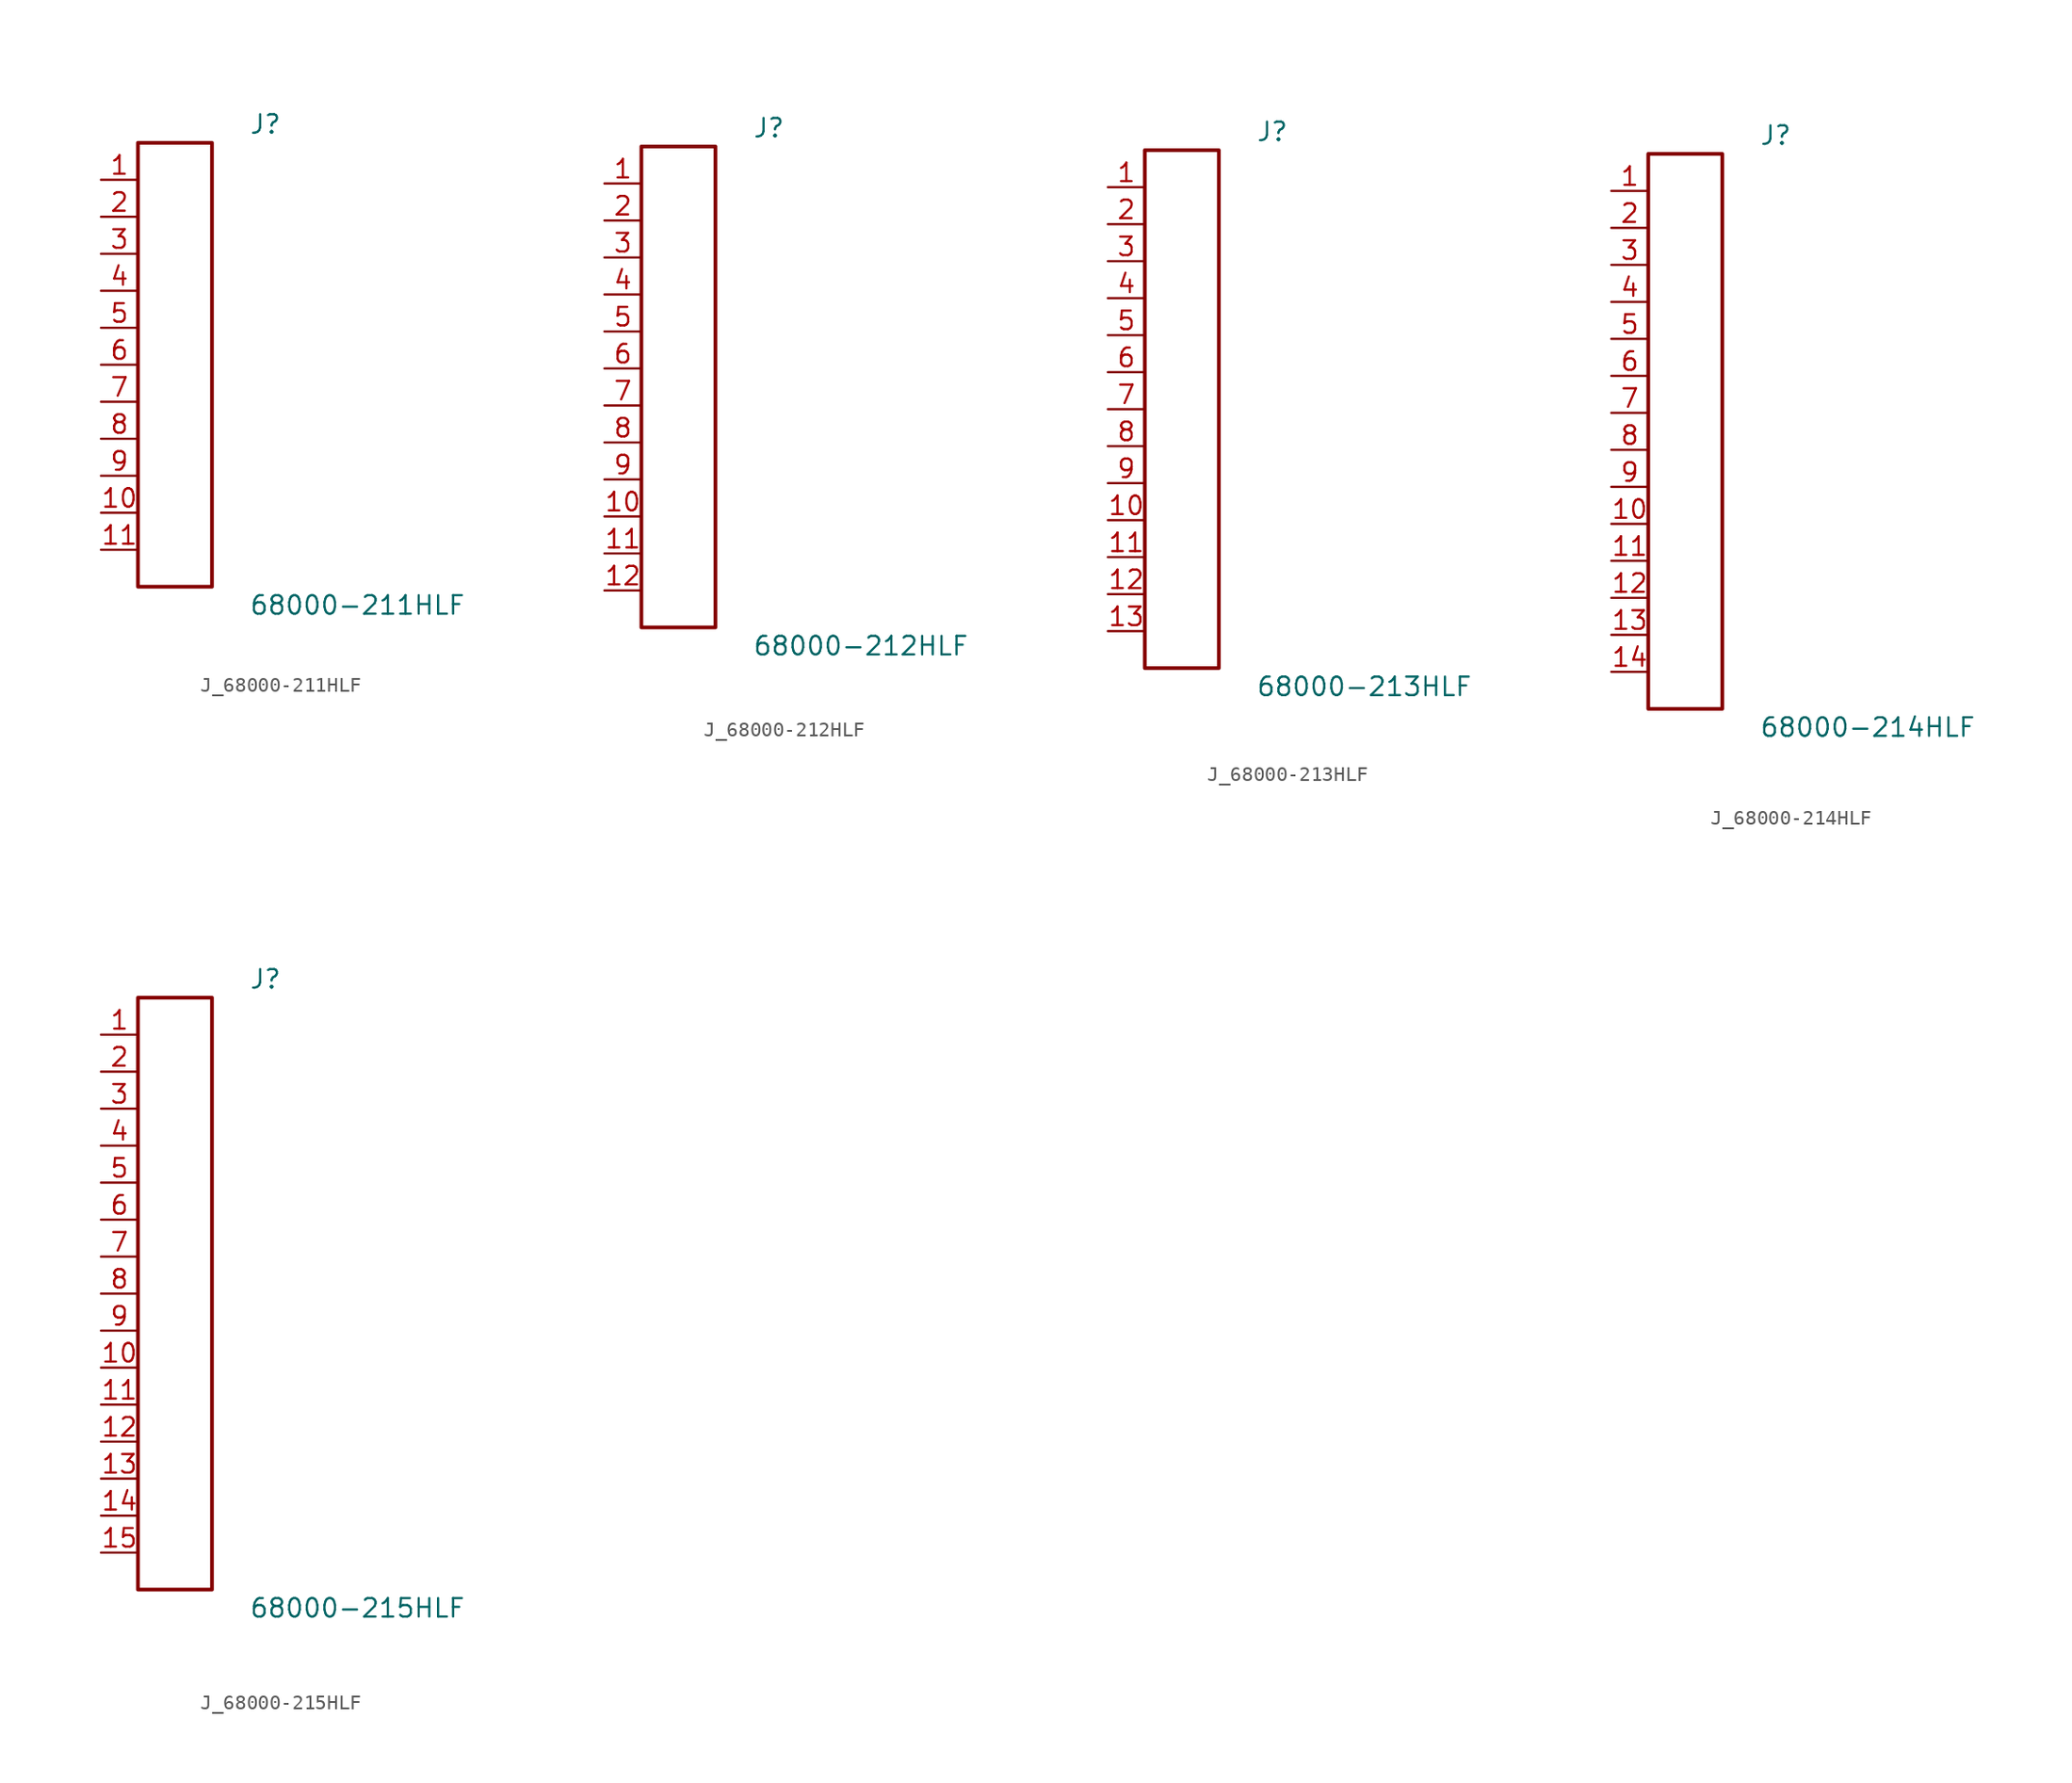
<source format=kicad_sym>
(kicad_symbol_lib
  (version 20231120)
  (generator kicad_symbol_editor)
  (generator_version 8.0)
  (symbol "J_68000-211HLF"
    (pin_names
      (offset 0.254))
    (property "Reference" "J"
      (at 5.08 16.51 0)
      (effects (font (size 1.27 1.27)) (justify left)))
    (property "Value" "68000-211HLF"
      (at 5.08 -16.51 0)
      (effects (font (size 1.27 1.27)) (justify left)))
    (symbol "J_68000-211HLF_0_0"
      (pin unspecified line (at -5.08 12.7 0) (length 2.54) (name "" (effects (font (size 1.27 1.27)))) (number "1" (effects (font (size 1.27 1.27)))))
      (pin unspecified line (at -5.08 10.16 0) (length 2.54) (name "" (effects (font (size 1.27 1.27)))) (number "2" (effects (font (size 1.27 1.27)))))
      (pin unspecified line (at -5.08 7.62 0) (length 2.54) (name "" (effects (font (size 1.27 1.27)))) (number "3" (effects (font (size 1.27 1.27)))))
      (pin unspecified line (at -5.08 5.08 0) (length 2.54) (name "" (effects (font (size 1.27 1.27)))) (number "4" (effects (font (size 1.27 1.27)))))
      (pin unspecified line (at -5.08 2.54 0) (length 2.54) (name "" (effects (font (size 1.27 1.27)))) (number "5" (effects (font (size 1.27 1.27)))))
      (pin unspecified line (at -5.08 0.0 0) (length 2.54) (name "" (effects (font (size 1.27 1.27)))) (number "6" (effects (font (size 1.27 1.27)))))
      (pin unspecified line (at -5.08 -2.54 0) (length 2.54) (name "" (effects (font (size 1.27 1.27)))) (number "7" (effects (font (size 1.27 1.27)))))
      (pin unspecified line (at -5.08 -5.08 0) (length 2.54) (name "" (effects (font (size 1.27 1.27)))) (number "8" (effects (font (size 1.27 1.27)))))
      (pin unspecified line (at -5.08 -7.62 0) (length 2.54) (name "" (effects (font (size 1.27 1.27)))) (number "9" (effects (font (size 1.27 1.27)))))
      (pin unspecified line (at -5.08 -10.16 0) (length 2.54) (name "" (effects (font (size 1.27 1.27)))) (number "10" (effects (font (size 1.27 1.27)))))
      (pin unspecified line (at -5.08 -12.7 0) (length 2.54) (name "" (effects (font (size 1.27 1.27)))) (number "11" (effects (font (size 1.27 1.27))))))
    (symbol "J_68000-211HLF_1_0"
      (rectangle (start -2.54 15.24) (end 2.54 -15.24) (stroke (width 0.254) (type solid)) (fill (type none)))))
  (symbol "J_68000-212HLF"
    (pin_names
      (offset 0.254))
    (property "Reference" "J"
      (at 5.08 17.78 0)
      (effects (font (size 1.27 1.27)) (justify left)))
    (property "Value" "68000-212HLF"
      (at 5.08 -17.78 0)
      (effects (font (size 1.27 1.27)) (justify left)))
    (symbol "J_68000-212HLF_0_0"
      (pin unspecified line (at -5.08 13.97 0) (length 2.54) (name "" (effects (font (size 1.27 1.27)))) (number "1" (effects (font (size 1.27 1.27)))))
      (pin unspecified line (at -5.08 11.43 0) (length 2.54) (name "" (effects (font (size 1.27 1.27)))) (number "2" (effects (font (size 1.27 1.27)))))
      (pin unspecified line (at -5.08 8.89 0) (length 2.54) (name "" (effects (font (size 1.27 1.27)))) (number "3" (effects (font (size 1.27 1.27)))))
      (pin unspecified line (at -5.08 6.35 0) (length 2.54) (name "" (effects (font (size 1.27 1.27)))) (number "4" (effects (font (size 1.27 1.27)))))
      (pin unspecified line (at -5.08 3.81 0) (length 2.54) (name "" (effects (font (size 1.27 1.27)))) (number "5" (effects (font (size 1.27 1.27)))))
      (pin unspecified line (at -5.08 1.27 0) (length 2.54) (name "" (effects (font (size 1.27 1.27)))) (number "6" (effects (font (size 1.27 1.27)))))
      (pin unspecified line (at -5.08 -1.27 0) (length 2.54) (name "" (effects (font (size 1.27 1.27)))) (number "7" (effects (font (size 1.27 1.27)))))
      (pin unspecified line (at -5.08 -3.81 0) (length 2.54) (name "" (effects (font (size 1.27 1.27)))) (number "8" (effects (font (size 1.27 1.27)))))
      (pin unspecified line (at -5.08 -6.35 0) (length 2.54) (name "" (effects (font (size 1.27 1.27)))) (number "9" (effects (font (size 1.27 1.27)))))
      (pin unspecified line (at -5.08 -8.89 0) (length 2.54) (name "" (effects (font (size 1.27 1.27)))) (number "10" (effects (font (size 1.27 1.27)))))
      (pin unspecified line (at -5.08 -11.43 0) (length 2.54) (name "" (effects (font (size 1.27 1.27)))) (number "11" (effects (font (size 1.27 1.27)))))
      (pin unspecified line (at -5.08 -13.97 0) (length 2.54) (name "" (effects (font (size 1.27 1.27)))) (number "12" (effects (font (size 1.27 1.27))))))
    (symbol "J_68000-212HLF_1_0"
      (rectangle (start -2.54 16.51) (end 2.54 -16.51) (stroke (width 0.254) (type solid)) (fill (type none)))))
  (symbol "J_68000-213HLF"
    (pin_names
      (offset 0.254))
    (property "Reference" "J"
      (at 5.08 19.05 0)
      (effects (font (size 1.27 1.27)) (justify left)))
    (property "Value" "68000-213HLF"
      (at 5.08 -19.05 0)
      (effects (font (size 1.27 1.27)) (justify left)))
    (symbol "J_68000-213HLF_0_0"
      (pin unspecified line (at -5.08 15.24 0) (length 2.54) (name "" (effects (font (size 1.27 1.27)))) (number "1" (effects (font (size 1.27 1.27)))))
      (pin unspecified line (at -5.08 12.7 0) (length 2.54) (name "" (effects (font (size 1.27 1.27)))) (number "2" (effects (font (size 1.27 1.27)))))
      (pin unspecified line (at -5.08 10.16 0) (length 2.54) (name "" (effects (font (size 1.27 1.27)))) (number "3" (effects (font (size 1.27 1.27)))))
      (pin unspecified line (at -5.08 7.62 0) (length 2.54) (name "" (effects (font (size 1.27 1.27)))) (number "4" (effects (font (size 1.27 1.27)))))
      (pin unspecified line (at -5.08 5.08 0) (length 2.54) (name "" (effects (font (size 1.27 1.27)))) (number "5" (effects (font (size 1.27 1.27)))))
      (pin unspecified line (at -5.08 2.54 0) (length 2.54) (name "" (effects (font (size 1.27 1.27)))) (number "6" (effects (font (size 1.27 1.27)))))
      (pin unspecified line (at -5.08 0.0 0) (length 2.54) (name "" (effects (font (size 1.27 1.27)))) (number "7" (effects (font (size 1.27 1.27)))))
      (pin unspecified line (at -5.08 -2.54 0) (length 2.54) (name "" (effects (font (size 1.27 1.27)))) (number "8" (effects (font (size 1.27 1.27)))))
      (pin unspecified line (at -5.08 -5.08 0) (length 2.54) (name "" (effects (font (size 1.27 1.27)))) (number "9" (effects (font (size 1.27 1.27)))))
      (pin unspecified line (at -5.08 -7.62 0) (length 2.54) (name "" (effects (font (size 1.27 1.27)))) (number "10" (effects (font (size 1.27 1.27)))))
      (pin unspecified line (at -5.08 -10.16 0) (length 2.54) (name "" (effects (font (size 1.27 1.27)))) (number "11" (effects (font (size 1.27 1.27)))))
      (pin unspecified line (at -5.08 -12.7 0) (length 2.54) (name "" (effects (font (size 1.27 1.27)))) (number "12" (effects (font (size 1.27 1.27)))))
      (pin unspecified line (at -5.08 -15.24 0) (length 2.54) (name "" (effects (font (size 1.27 1.27)))) (number "13" (effects (font (size 1.27 1.27))))))
    (symbol "J_68000-213HLF_1_0"
      (rectangle (start -2.54 17.78) (end 2.54 -17.78) (stroke (width 0.254) (type solid)) (fill (type none)))))
  (symbol "J_68000-214HLF"
    (pin_names
      (offset 0.254))
    (property "Reference" "J"
      (at 5.08 20.32 0)
      (effects (font (size 1.27 1.27)) (justify left)))
    (property "Value" "68000-214HLF"
      (at 5.08 -20.32 0)
      (effects (font (size 1.27 1.27)) (justify left)))
    (symbol "J_68000-214HLF_0_0"
      (pin unspecified line (at -5.08 16.51 0) (length 2.54) (name "" (effects (font (size 1.27 1.27)))) (number "1" (effects (font (size 1.27 1.27)))))
      (pin unspecified line (at -5.08 13.97 0) (length 2.54) (name "" (effects (font (size 1.27 1.27)))) (number "2" (effects (font (size 1.27 1.27)))))
      (pin unspecified line (at -5.08 11.43 0) (length 2.54) (name "" (effects (font (size 1.27 1.27)))) (number "3" (effects (font (size 1.27 1.27)))))
      (pin unspecified line (at -5.08 8.89 0) (length 2.54) (name "" (effects (font (size 1.27 1.27)))) (number "4" (effects (font (size 1.27 1.27)))))
      (pin unspecified line (at -5.08 6.35 0) (length 2.54) (name "" (effects (font (size 1.27 1.27)))) (number "5" (effects (font (size 1.27 1.27)))))
      (pin unspecified line (at -5.08 3.81 0) (length 2.54) (name "" (effects (font (size 1.27 1.27)))) (number "6" (effects (font (size 1.27 1.27)))))
      (pin unspecified line (at -5.08 1.27 0) (length 2.54) (name "" (effects (font (size 1.27 1.27)))) (number "7" (effects (font (size 1.27 1.27)))))
      (pin unspecified line (at -5.08 -1.27 0) (length 2.54) (name "" (effects (font (size 1.27 1.27)))) (number "8" (effects (font (size 1.27 1.27)))))
      (pin unspecified line (at -5.08 -3.81 0) (length 2.54) (name "" (effects (font (size 1.27 1.27)))) (number "9" (effects (font (size 1.27 1.27)))))
      (pin unspecified line (at -5.08 -6.35 0) (length 2.54) (name "" (effects (font (size 1.27 1.27)))) (number "10" (effects (font (size 1.27 1.27)))))
      (pin unspecified line (at -5.08 -8.89 0) (length 2.54) (name "" (effects (font (size 1.27 1.27)))) (number "11" (effects (font (size 1.27 1.27)))))
      (pin unspecified line (at -5.08 -11.43 0) (length 2.54) (name "" (effects (font (size 1.27 1.27)))) (number "12" (effects (font (size 1.27 1.27)))))
      (pin unspecified line (at -5.08 -13.97 0) (length 2.54) (name "" (effects (font (size 1.27 1.27)))) (number "13" (effects (font (size 1.27 1.27)))))
      (pin unspecified line (at -5.08 -16.51 0) (length 2.54) (name "" (effects (font (size 1.27 1.27)))) (number "14" (effects (font (size 1.27 1.27))))))
    (symbol "J_68000-214HLF_1_0"
      (rectangle (start -2.54 19.05) (end 2.54 -19.05) (stroke (width 0.254) (type solid)) (fill (type none)))))
  (symbol "J_68000-215HLF"
    (pin_names
      (offset 0.254))
    (property "Reference" "J"
      (at 5.08 21.59 0)
      (effects (font (size 1.27 1.27)) (justify left)))
    (property "Value" "68000-215HLF"
      (at 5.08 -21.59 0)
      (effects (font (size 1.27 1.27)) (justify left)))
    (symbol "J_68000-215HLF_0_0"
      (pin unspecified line (at -5.08 17.78 0) (length 2.54) (name "" (effects (font (size 1.27 1.27)))) (number "1" (effects (font (size 1.27 1.27)))))
      (pin unspecified line (at -5.08 15.24 0) (length 2.54) (name "" (effects (font (size 1.27 1.27)))) (number "2" (effects (font (size 1.27 1.27)))))
      (pin unspecified line (at -5.08 12.7 0) (length 2.54) (name "" (effects (font (size 1.27 1.27)))) (number "3" (effects (font (size 1.27 1.27)))))
      (pin unspecified line (at -5.08 10.16 0) (length 2.54) (name "" (effects (font (size 1.27 1.27)))) (number "4" (effects (font (size 1.27 1.27)))))
      (pin unspecified line (at -5.08 7.62 0) (length 2.54) (name "" (effects (font (size 1.27 1.27)))) (number "5" (effects (font (size 1.27 1.27)))))
      (pin unspecified line (at -5.08 5.08 0) (length 2.54) (name "" (effects (font (size 1.27 1.27)))) (number "6" (effects (font (size 1.27 1.27)))))
      (pin unspecified line (at -5.08 2.54 0) (length 2.54) (name "" (effects (font (size 1.27 1.27)))) (number "7" (effects (font (size 1.27 1.27)))))
      (pin unspecified line (at -5.08 0.0 0) (length 2.54) (name "" (effects (font (size 1.27 1.27)))) (number "8" (effects (font (size 1.27 1.27)))))
      (pin unspecified line (at -5.08 -2.54 0) (length 2.54) (name "" (effects (font (size 1.27 1.27)))) (number "9" (effects (font (size 1.27 1.27)))))
      (pin unspecified line (at -5.08 -5.08 0) (length 2.54) (name "" (effects (font (size 1.27 1.27)))) (number "10" (effects (font (size 1.27 1.27)))))
      (pin unspecified line (at -5.08 -7.62 0) (length 2.54) (name "" (effects (font (size 1.27 1.27)))) (number "11" (effects (font (size 1.27 1.27)))))
      (pin unspecified line (at -5.08 -10.16 0) (length 2.54) (name "" (effects (font (size 1.27 1.27)))) (number "12" (effects (font (size 1.27 1.27)))))
      (pin unspecified line (at -5.08 -12.7 0) (length 2.54) (name "" (effects (font (size 1.27 1.27)))) (number "13" (effects (font (size 1.27 1.27)))))
      (pin unspecified line (at -5.08 -15.24 0) (length 2.54) (name "" (effects (font (size 1.27 1.27)))) (number "14" (effects (font (size 1.27 1.27)))))
      (pin unspecified line (at -5.08 -17.78 0) (length 2.54) (name "" (effects (font (size 1.27 1.27)))) (number "15" (effects (font (size 1.27 1.27))))))
    (symbol "J_68000-215HLF_1_0"
      (rectangle (start -2.54 20.32) (end 2.54 -20.32) (stroke (width 0.254) (type solid)) (fill (type none))))))
</source>
